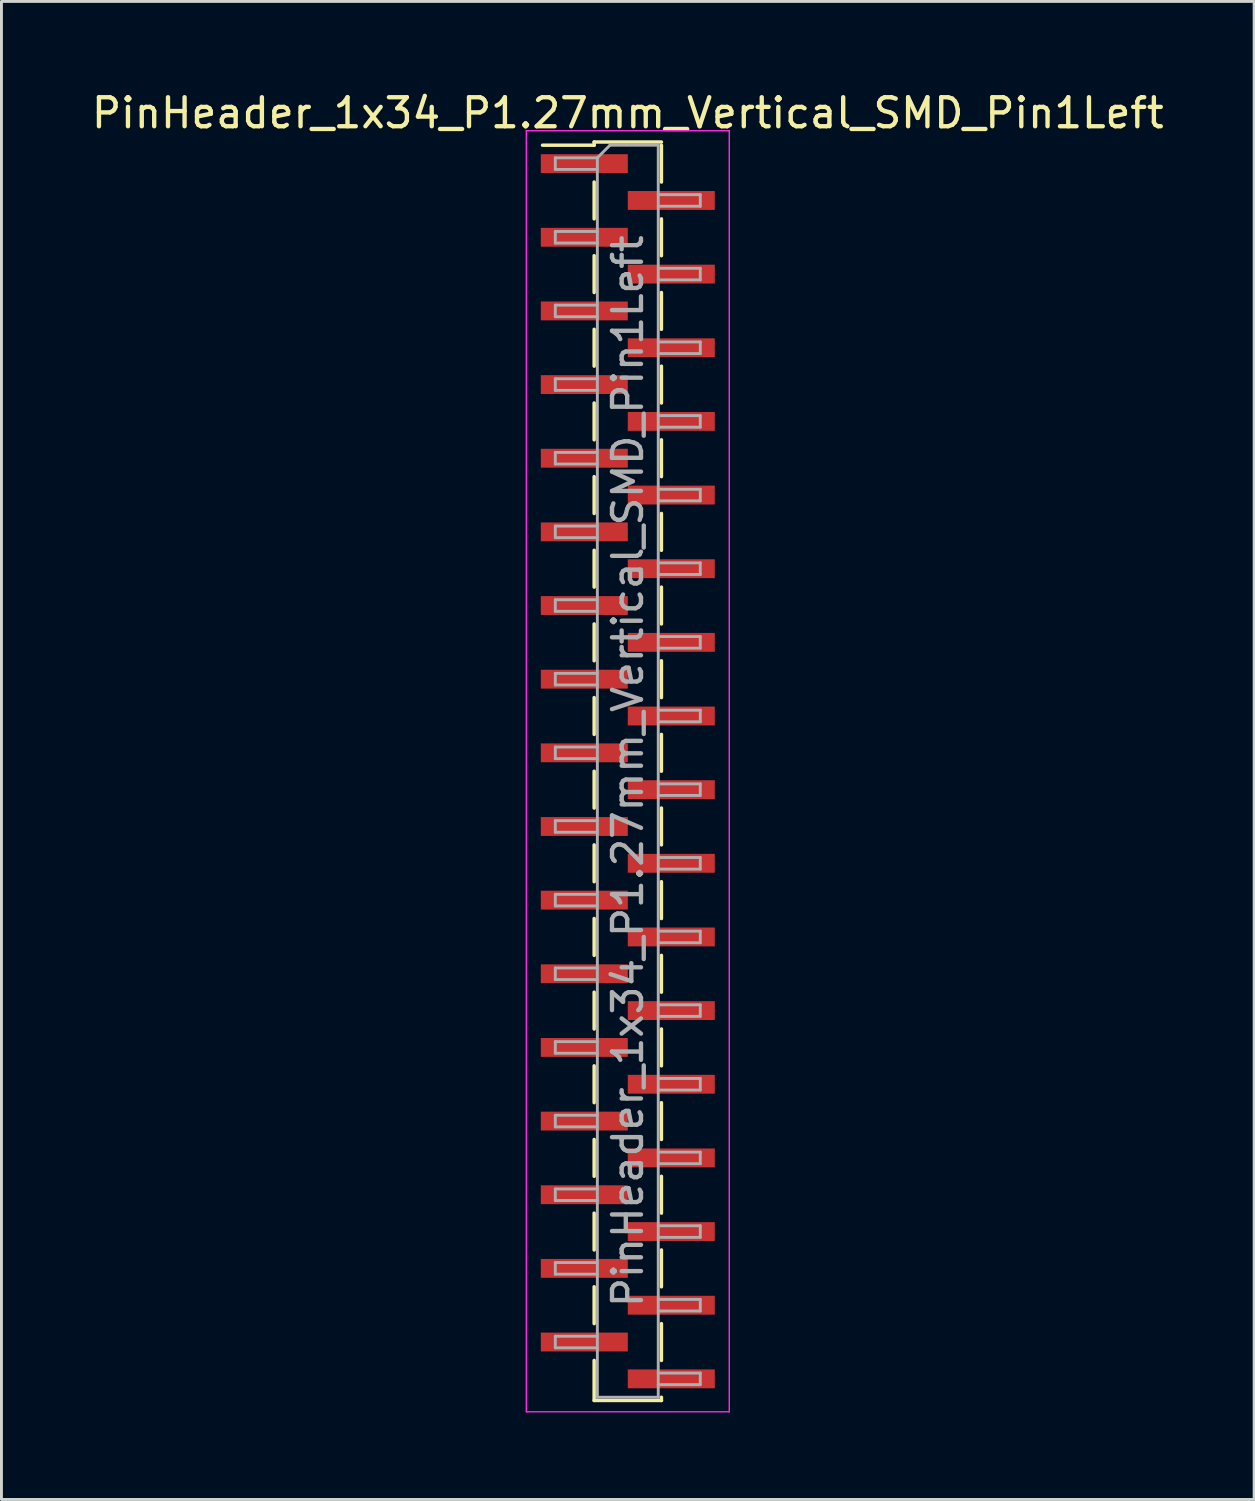
<source format=kicad_pcb>
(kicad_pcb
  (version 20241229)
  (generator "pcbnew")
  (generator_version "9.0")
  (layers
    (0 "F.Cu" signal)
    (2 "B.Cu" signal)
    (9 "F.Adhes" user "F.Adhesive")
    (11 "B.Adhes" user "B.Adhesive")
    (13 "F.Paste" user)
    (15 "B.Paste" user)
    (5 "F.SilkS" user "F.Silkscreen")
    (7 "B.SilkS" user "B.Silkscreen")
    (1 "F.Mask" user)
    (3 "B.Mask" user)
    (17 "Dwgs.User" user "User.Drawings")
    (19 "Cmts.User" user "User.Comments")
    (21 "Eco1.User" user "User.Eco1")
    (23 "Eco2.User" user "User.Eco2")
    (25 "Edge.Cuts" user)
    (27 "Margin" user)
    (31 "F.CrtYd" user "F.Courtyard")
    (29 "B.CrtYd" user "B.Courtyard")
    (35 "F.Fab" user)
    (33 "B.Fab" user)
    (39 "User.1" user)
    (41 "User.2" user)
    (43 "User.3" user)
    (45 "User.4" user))
  (footprint "PinHeader_1x34_P1.27mm_Vertical_SMD_Pin1Left"
    (layer "F.Cu")
    (at 18.601 23.548)
    (property "Reference" "PinHeader_1x34_P1.27mm_Vertical_SMD_Pin1Left" (at 0 -22.7 0) (layer "F.SilkS") (effects (font (size 1 1) (thickness 0.15))))
    (attr smd)
    (fp_line (start -1.16 -21.7) (end -1.16 -21.59) (stroke (width 0.12) (type solid)) (layer "F.SilkS"))
    (fp_line (start -1.16 -21.7) (end 1.16 -21.7) (stroke (width 0.12) (type solid)) (layer "F.SilkS"))
    (fp_line (start -1.16 -21.59) (end -2.94 -21.59) (stroke (width 0.12) (type solid)) (layer "F.SilkS"))
    (fp_line (start -1.16 -20.32) (end -1.16 -19.05) (stroke (width 0.12) (type solid)) (layer "F.SilkS"))
    (fp_line (start -1.16 -17.78) (end -1.16 -16.51) (stroke (width 0.12) (type solid)) (layer "F.SilkS"))
    (fp_line (start -1.16 -15.24) (end -1.16 -13.97) (stroke (width 0.12) (type solid)) (layer "F.SilkS"))
    (fp_line (start -1.16 -12.7) (end -1.16 -11.43) (stroke (width 0.12) (type solid)) (layer "F.SilkS"))
    (fp_line (start -1.16 -10.16) (end -1.16 -8.89) (stroke (width 0.12) (type solid)) (layer "F.SilkS"))
    (fp_line (start -1.16 -7.62) (end -1.16 -6.35) (stroke (width 0.12) (type solid)) (layer "F.SilkS"))
    (fp_line (start -1.16 -5.08) (end -1.16 -3.81) (stroke (width 0.12) (type solid)) (layer "F.SilkS"))
    (fp_line (start -1.16 -2.54) (end -1.16 -1.27) (stroke (width 0.12) (type solid)) (layer "F.SilkS"))
    (fp_line (start -1.16 0) (end -1.16 1.27) (stroke (width 0.12) (type solid)) (layer "F.SilkS"))
    (fp_line (start -1.16 2.54) (end -1.16 3.81) (stroke (width 0.12) (type solid)) (layer "F.SilkS"))
    (fp_line (start -1.16 5.08) (end -1.16 6.35) (stroke (width 0.12) (type solid)) (layer "F.SilkS"))
    (fp_line (start -1.16 7.62) (end -1.16 8.89) (stroke (width 0.12) (type solid)) (layer "F.SilkS"))
    (fp_line (start -1.16 10.16) (end -1.16 11.43) (stroke (width 0.12) (type solid)) (layer "F.SilkS"))
    (fp_line (start -1.16 12.7) (end -1.16 13.97) (stroke (width 0.12) (type solid)) (layer "F.SilkS"))
    (fp_line (start -1.16 15.24) (end -1.16 16.51) (stroke (width 0.12) (type solid)) (layer "F.SilkS"))
    (fp_line (start -1.16 17.78) (end -1.16 19.05) (stroke (width 0.12) (type solid)) (layer "F.SilkS"))
    (fp_line (start -1.16 20.32) (end -1.16 21.7) (stroke (width 0.12) (type solid)) (layer "F.SilkS"))
    (fp_line (start -1.16 21.7) (end 1.16 21.7) (stroke (width 0.12) (type solid)) (layer "F.SilkS"))
    (fp_line (start 1.16 -21.59) (end 1.16 -20.32) (stroke (width 0.12) (type solid)) (layer "F.SilkS"))
    (fp_line (start 1.16 -19.05) (end 1.16 -17.78) (stroke (width 0.12) (type solid)) (layer "F.SilkS"))
    (fp_line (start 1.16 -16.51) (end 1.16 -15.24) (stroke (width 0.12) (type solid)) (layer "F.SilkS"))
    (fp_line (start 1.16 -13.97) (end 1.16 -12.7) (stroke (width 0.12) (type solid)) (layer "F.SilkS"))
    (fp_line (start 1.16 -11.43) (end 1.16 -10.16) (stroke (width 0.12) (type solid)) (layer "F.SilkS"))
    (fp_line (start 1.16 -8.89) (end 1.16 -7.62) (stroke (width 0.12) (type solid)) (layer "F.SilkS"))
    (fp_line (start 1.16 -6.35) (end 1.16 -5.08) (stroke (width 0.12) (type solid)) (layer "F.SilkS"))
    (fp_line (start 1.16 -3.81) (end 1.16 -2.54) (stroke (width 0.12) (type solid)) (layer "F.SilkS"))
    (fp_line (start 1.16 -1.27) (end 1.16 0) (stroke (width 0.12) (type solid)) (layer "F.SilkS"))
    (fp_line (start 1.16 1.27) (end 1.16 2.54) (stroke (width 0.12) (type solid)) (layer "F.SilkS"))
    (fp_line (start 1.16 3.81) (end 1.16 5.08) (stroke (width 0.12) (type solid)) (layer "F.SilkS"))
    (fp_line (start 1.16 6.35) (end 1.16 7.62) (stroke (width 0.12) (type solid)) (layer "F.SilkS"))
    (fp_line (start 1.16 8.89) (end 1.16 10.16) (stroke (width 0.12) (type solid)) (layer "F.SilkS"))
    (fp_line (start 1.16 11.43) (end 1.16 12.7) (stroke (width 0.12) (type solid)) (layer "F.SilkS"))
    (fp_line (start 1.16 13.97) (end 1.16 15.24) (stroke (width 0.12) (type solid)) (layer "F.SilkS"))
    (fp_line (start 1.16 16.51) (end 1.16 17.78) (stroke (width 0.12) (type solid)) (layer "F.SilkS"))
    (fp_line (start 1.16 19.05) (end 1.16 20.32) (stroke (width 0.12) (type solid)) (layer "F.SilkS"))
    (fp_line (start 1.16 21.59) (end 1.16 21.7) (stroke (width 0.12) (type solid)) (layer "F.SilkS"))
    (fp_line (start -3.5 -22.09) (end -3.5 22.09) (stroke (width 0.05) (type solid)) (layer "F.CrtYd"))
    (fp_line (start -3.5 22.09) (end 3.5 22.09) (stroke (width 0.05) (type solid)) (layer "F.CrtYd"))
    (fp_line (start 3.5 -22.09) (end -3.5 -22.09) (stroke (width 0.05) (type solid)) (layer "F.CrtYd"))
    (fp_line (start 3.5 22.09) (end 3.5 -22.09) (stroke (width 0.05) (type solid)) (layer "F.CrtYd"))
    (fp_line (start -2.5 -21.155) (end -2.5 -20.755) (stroke (width 0.1) (type solid)) (layer "F.Fab"))
    (fp_line (start -2.5 -20.755) (end -1.05 -20.755) (stroke (width 0.1) (type solid)) (layer "F.Fab"))
    (fp_line (start -2.5 -18.615) (end -2.5 -18.215) (stroke (width 0.1) (type solid)) (layer "F.Fab"))
    (fp_line (start -2.5 -18.215) (end -1.05 -18.215) (stroke (width 0.1) (type solid)) (layer "F.Fab"))
    (fp_line (start -2.5 -16.075) (end -2.5 -15.675) (stroke (width 0.1) (type solid)) (layer "F.Fab"))
    (fp_line (start -2.5 -15.675) (end -1.05 -15.675) (stroke (width 0.1) (type solid)) (layer "F.Fab"))
    (fp_line (start -2.5 -13.535) (end -2.5 -13.135) (stroke (width 0.1) (type solid)) (layer "F.Fab"))
    (fp_line (start -2.5 -13.135) (end -1.05 -13.135) (stroke (width 0.1) (type solid)) (layer "F.Fab"))
    (fp_line (start -2.5 -10.995) (end -2.5 -10.595) (stroke (width 0.1) (type solid)) (layer "F.Fab"))
    (fp_line (start -2.5 -10.595) (end -1.05 -10.595) (stroke (width 0.1) (type solid)) (layer "F.Fab"))
    (fp_line (start -2.5 -8.455) (end -2.5 -8.055) (stroke (width 0.1) (type solid)) (layer "F.Fab"))
    (fp_line (start -2.5 -8.055) (end -1.05 -8.055) (stroke (width 0.1) (type solid)) (layer "F.Fab"))
    (fp_line (start -2.5 -5.915) (end -2.5 -5.515) (stroke (width 0.1) (type solid)) (layer "F.Fab"))
    (fp_line (start -2.5 -5.515) (end -1.05 -5.515) (stroke (width 0.1) (type solid)) (layer "F.Fab"))
    (fp_line (start -2.5 -3.375) (end -2.5 -2.975) (stroke (width 0.1) (type solid)) (layer "F.Fab"))
    (fp_line (start -2.5 -2.975) (end -1.05 -2.975) (stroke (width 0.1) (type solid)) (layer "F.Fab"))
    (fp_line (start -2.5 -0.835) (end -2.5 -0.435) (stroke (width 0.1) (type solid)) (layer "F.Fab"))
    (fp_line (start -2.5 -0.435) (end -1.05 -0.435) (stroke (width 0.1) (type solid)) (layer "F.Fab"))
    (fp_line (start -2.5 1.705) (end -2.5 2.105) (stroke (width 0.1) (type solid)) (layer "F.Fab"))
    (fp_line (start -2.5 2.105) (end -1.05 2.105) (stroke (width 0.1) (type solid)) (layer "F.Fab"))
    (fp_line (start -2.5 4.245) (end -2.5 4.645) (stroke (width 0.1) (type solid)) (layer "F.Fab"))
    (fp_line (start -2.5 4.645) (end -1.05 4.645) (stroke (width 0.1) (type solid)) (layer "F.Fab"))
    (fp_line (start -2.5 6.785) (end -2.5 7.185) (stroke (width 0.1) (type solid)) (layer "F.Fab"))
    (fp_line (start -2.5 7.185) (end -1.05 7.185) (stroke (width 0.1) (type solid)) (layer "F.Fab"))
    (fp_line (start -2.5 9.325) (end -2.5 9.725) (stroke (width 0.1) (type solid)) (layer "F.Fab"))
    (fp_line (start -2.5 9.725) (end -1.05 9.725) (stroke (width 0.1) (type solid)) (layer "F.Fab"))
    (fp_line (start -2.5 11.865) (end -2.5 12.265) (stroke (width 0.1) (type solid)) (layer "F.Fab"))
    (fp_line (start -2.5 12.265) (end -1.05 12.265) (stroke (width 0.1) (type solid)) (layer "F.Fab"))
    (fp_line (start -2.5 14.405) (end -2.5 14.805) (stroke (width 0.1) (type solid)) (layer "F.Fab"))
    (fp_line (start -2.5 14.805) (end -1.05 14.805) (stroke (width 0.1) (type solid)) (layer "F.Fab"))
    (fp_line (start -2.5 16.945) (end -2.5 17.345) (stroke (width 0.1) (type solid)) (layer "F.Fab"))
    (fp_line (start -2.5 17.345) (end -1.05 17.345) (stroke (width 0.1) (type solid)) (layer "F.Fab"))
    (fp_line (start -2.5 19.485) (end -2.5 19.885) (stroke (width 0.1) (type solid)) (layer "F.Fab"))
    (fp_line (start -2.5 19.885) (end -1.05 19.885) (stroke (width 0.1) (type solid)) (layer "F.Fab"))
    (fp_line (start -1.05 -21.155) (end -2.5 -21.155) (stroke (width 0.1) (type solid)) (layer "F.Fab"))
    (fp_line (start -1.05 -21.155) (end -0.615 -21.59) (stroke (width 0.1) (type solid)) (layer "F.Fab"))
    (fp_line (start -1.05 -18.615) (end -2.5 -18.615) (stroke (width 0.1) (type solid)) (layer "F.Fab"))
    (fp_line (start -1.05 -16.075) (end -2.5 -16.075) (stroke (width 0.1) (type solid)) (layer "F.Fab"))
    (fp_line (start -1.05 -13.535) (end -2.5 -13.535) (stroke (width 0.1) (type solid)) (layer "F.Fab"))
    (fp_line (start -1.05 -10.995) (end -2.5 -10.995) (stroke (width 0.1) (type solid)) (layer "F.Fab"))
    (fp_line (start -1.05 -8.455) (end -2.5 -8.455) (stroke (width 0.1) (type solid)) (layer "F.Fab"))
    (fp_line (start -1.05 -5.915) (end -2.5 -5.915) (stroke (width 0.1) (type solid)) (layer "F.Fab"))
    (fp_line (start -1.05 -3.375) (end -2.5 -3.375) (stroke (width 0.1) (type solid)) (layer "F.Fab"))
    (fp_line (start -1.05 -0.835) (end -2.5 -0.835) (stroke (width 0.1) (type solid)) (layer "F.Fab"))
    (fp_line (start -1.05 1.705) (end -2.5 1.705) (stroke (width 0.1) (type solid)) (layer "F.Fab"))
    (fp_line (start -1.05 4.245) (end -2.5 4.245) (stroke (width 0.1) (type solid)) (layer "F.Fab"))
    (fp_line (start -1.05 6.785) (end -2.5 6.785) (stroke (width 0.1) (type solid)) (layer "F.Fab"))
    (fp_line (start -1.05 9.325) (end -2.5 9.325) (stroke (width 0.1) (type solid)) (layer "F.Fab"))
    (fp_line (start -1.05 11.865) (end -2.5 11.865) (stroke (width 0.1) (type solid)) (layer "F.Fab"))
    (fp_line (start -1.05 14.405) (end -2.5 14.405) (stroke (width 0.1) (type solid)) (layer "F.Fab"))
    (fp_line (start -1.05 16.945) (end -2.5 16.945) (stroke (width 0.1) (type solid)) (layer "F.Fab"))
    (fp_line (start -1.05 19.485) (end -2.5 19.485) (stroke (width 0.1) (type solid)) (layer "F.Fab"))
    (fp_line (start -1.05 21.59) (end -1.05 -21.155) (stroke (width 0.1) (type solid)) (layer "F.Fab"))
    (fp_line (start -0.615 -21.59) (end 1.05 -21.59) (stroke (width 0.1) (type solid)) (layer "F.Fab"))
    (fp_line (start 1.05 -21.59) (end 1.05 21.59) (stroke (width 0.1) (type solid)) (layer "F.Fab"))
    (fp_line (start 1.05 -19.885) (end 2.5 -19.885) (stroke (width 0.1) (type solid)) (layer "F.Fab"))
    (fp_line (start 1.05 -17.345) (end 2.5 -17.345) (stroke (width 0.1) (type solid)) (layer "F.Fab"))
    (fp_line (start 1.05 -14.805) (end 2.5 -14.805) (stroke (width 0.1) (type solid)) (layer "F.Fab"))
    (fp_line (start 1.05 -12.265) (end 2.5 -12.265) (stroke (width 0.1) (type solid)) (layer "F.Fab"))
    (fp_line (start 1.05 -9.725) (end 2.5 -9.725) (stroke (width 0.1) (type solid)) (layer "F.Fab"))
    (fp_line (start 1.05 -7.185) (end 2.5 -7.185) (stroke (width 0.1) (type solid)) (layer "F.Fab"))
    (fp_line (start 1.05 -4.645) (end 2.5 -4.645) (stroke (width 0.1) (type solid)) (layer "F.Fab"))
    (fp_line (start 1.05 -2.105) (end 2.5 -2.105) (stroke (width 0.1) (type solid)) (layer "F.Fab"))
    (fp_line (start 1.05 0.435) (end 2.5 0.435) (stroke (width 0.1) (type solid)) (layer "F.Fab"))
    (fp_line (start 1.05 2.975) (end 2.5 2.975) (stroke (width 0.1) (type solid)) (layer "F.Fab"))
    (fp_line (start 1.05 5.515) (end 2.5 5.515) (stroke (width 0.1) (type solid)) (layer "F.Fab"))
    (fp_line (start 1.05 8.055) (end 2.5 8.055) (stroke (width 0.1) (type solid)) (layer "F.Fab"))
    (fp_line (start 1.05 10.595) (end 2.5 10.595) (stroke (width 0.1) (type solid)) (layer "F.Fab"))
    (fp_line (start 1.05 13.135) (end 2.5 13.135) (stroke (width 0.1) (type solid)) (layer "F.Fab"))
    (fp_line (start 1.05 15.675) (end 2.5 15.675) (stroke (width 0.1) (type solid)) (layer "F.Fab"))
    (fp_line (start 1.05 18.215) (end 2.5 18.215) (stroke (width 0.1) (type solid)) (layer "F.Fab"))
    (fp_line (start 1.05 20.755) (end 2.5 20.755) (stroke (width 0.1) (type solid)) (layer "F.Fab"))
    (fp_line (start 1.05 21.59) (end -1.05 21.59) (stroke (width 0.1) (type solid)) (layer "F.Fab"))
    (fp_line (start 2.5 -19.885) (end 2.5 -19.485) (stroke (width 0.1) (type solid)) (layer "F.Fab"))
    (fp_line (start 2.5 -19.485) (end 1.05 -19.485) (stroke (width 0.1) (type solid)) (layer "F.Fab"))
    (fp_line (start 2.5 -17.345) (end 2.5 -16.945) (stroke (width 0.1) (type solid)) (layer "F.Fab"))
    (fp_line (start 2.5 -16.945) (end 1.05 -16.945) (stroke (width 0.1) (type solid)) (layer "F.Fab"))
    (fp_line (start 2.5 -14.805) (end 2.5 -14.405) (stroke (width 0.1) (type solid)) (layer "F.Fab"))
    (fp_line (start 2.5 -14.405) (end 1.05 -14.405) (stroke (width 0.1) (type solid)) (layer "F.Fab"))
    (fp_line (start 2.5 -12.265) (end 2.5 -11.865) (stroke (width 0.1) (type solid)) (layer "F.Fab"))
    (fp_line (start 2.5 -11.865) (end 1.05 -11.865) (stroke (width 0.1) (type solid)) (layer "F.Fab"))
    (fp_line (start 2.5 -9.725) (end 2.5 -9.325) (stroke (width 0.1) (type solid)) (layer "F.Fab"))
    (fp_line (start 2.5 -9.325) (end 1.05 -9.325) (stroke (width 0.1) (type solid)) (layer "F.Fab"))
    (fp_line (start 2.5 -7.185) (end 2.5 -6.785) (stroke (width 0.1) (type solid)) (layer "F.Fab"))
    (fp_line (start 2.5 -6.785) (end 1.05 -6.785) (stroke (width 0.1) (type solid)) (layer "F.Fab"))
    (fp_line (start 2.5 -4.645) (end 2.5 -4.245) (stroke (width 0.1) (type solid)) (layer "F.Fab"))
    (fp_line (start 2.5 -4.245) (end 1.05 -4.245) (stroke (width 0.1) (type solid)) (layer "F.Fab"))
    (fp_line (start 2.5 -2.105) (end 2.5 -1.705) (stroke (width 0.1) (type solid)) (layer "F.Fab"))
    (fp_line (start 2.5 -1.705) (end 1.05 -1.705) (stroke (width 0.1) (type solid)) (layer "F.Fab"))
    (fp_line (start 2.5 0.435) (end 2.5 0.835) (stroke (width 0.1) (type solid)) (layer "F.Fab"))
    (fp_line (start 2.5 0.835) (end 1.05 0.835) (stroke (width 0.1) (type solid)) (layer "F.Fab"))
    (fp_line (start 2.5 2.975) (end 2.5 3.375) (stroke (width 0.1) (type solid)) (layer "F.Fab"))
    (fp_line (start 2.5 3.375) (end 1.05 3.375) (stroke (width 0.1) (type solid)) (layer "F.Fab"))
    (fp_line (start 2.5 5.515) (end 2.5 5.915) (stroke (width 0.1) (type solid)) (layer "F.Fab"))
    (fp_line (start 2.5 5.915) (end 1.05 5.915) (stroke (width 0.1) (type solid)) (layer "F.Fab"))
    (fp_line (start 2.5 8.055) (end 2.5 8.455) (stroke (width 0.1) (type solid)) (layer "F.Fab"))
    (fp_line (start 2.5 8.455) (end 1.05 8.455) (stroke (width 0.1) (type solid)) (layer "F.Fab"))
    (fp_line (start 2.5 10.595) (end 2.5 10.995) (stroke (width 0.1) (type solid)) (layer "F.Fab"))
    (fp_line (start 2.5 10.995) (end 1.05 10.995) (stroke (width 0.1) (type solid)) (layer "F.Fab"))
    (fp_line (start 2.5 13.135) (end 2.5 13.535) (stroke (width 0.1) (type solid)) (layer "F.Fab"))
    (fp_line (start 2.5 13.535) (end 1.05 13.535) (stroke (width 0.1) (type solid)) (layer "F.Fab"))
    (fp_line (start 2.5 15.675) (end 2.5 16.075) (stroke (width 0.1) (type solid)) (layer "F.Fab"))
    (fp_line (start 2.5 16.075) (end 1.05 16.075) (stroke (width 0.1) (type solid)) (layer "F.Fab"))
    (fp_line (start 2.5 18.215) (end 2.5 18.615) (stroke (width 0.1) (type solid)) (layer "F.Fab"))
    (fp_line (start 2.5 18.615) (end 1.05 18.615) (stroke (width 0.1) (type solid)) (layer "F.Fab"))
    (fp_line (start 2.5 20.755) (end 2.5 21.155) (stroke (width 0.1) (type solid)) (layer "F.Fab"))
    (fp_line (start 2.5 21.155) (end 1.05 21.155) (stroke (width 0.1) (type solid)) (layer "F.Fab"))
    (fp_text user "${REFERENCE}" (at 0 0 90) (layer "F.Fab") (effects (font (size 1 1) (thickness 0.15))))
    (pad "1" smd rect (at -1.5 -20.955) (size 3 0.65) (layers "F.Cu" "F.Mask" "F.Paste"))
    (pad "2" smd rect (at 1.5 -19.685) (size 3 0.65) (layers "F.Cu" "F.Mask" "F.Paste"))
    (pad "3" smd rect (at -1.5 -18.415) (size 3 0.65) (layers "F.Cu" "F.Mask" "F.Paste"))
    (pad "4" smd rect (at 1.5 -17.145) (size 3 0.65) (layers "F.Cu" "F.Mask" "F.Paste"))
    (pad "5" smd rect (at -1.5 -15.875) (size 3 0.65) (layers "F.Cu" "F.Mask" "F.Paste"))
    (pad "6" smd rect (at 1.5 -14.605) (size 3 0.65) (layers "F.Cu" "F.Mask" "F.Paste"))
    (pad "7" smd rect (at -1.5 -13.335) (size 3 0.65) (layers "F.Cu" "F.Mask" "F.Paste"))
    (pad "8" smd rect (at 1.5 -12.065) (size 3 0.65) (layers "F.Cu" "F.Mask" "F.Paste"))
    (pad "9" smd rect (at -1.5 -10.795) (size 3 0.65) (layers "F.Cu" "F.Mask" "F.Paste"))
    (pad "10" smd rect (at 1.5 -9.525) (size 3 0.65) (layers "F.Cu" "F.Mask" "F.Paste"))
    (pad "11" smd rect (at -1.5 -8.255) (size 3 0.65) (layers "F.Cu" "F.Mask" "F.Paste"))
    (pad "12" smd rect (at 1.5 -6.985) (size 3 0.65) (layers "F.Cu" "F.Mask" "F.Paste"))
    (pad "13" smd rect (at -1.5 -5.715) (size 3 0.65) (layers "F.Cu" "F.Mask" "F.Paste"))
    (pad "14" smd rect (at 1.5 -4.445) (size 3 0.65) (layers "F.Cu" "F.Mask" "F.Paste"))
    (pad "15" smd rect (at -1.5 -3.175) (size 3 0.65) (layers "F.Cu" "F.Mask" "F.Paste"))
    (pad "16" smd rect (at 1.5 -1.905) (size 3 0.65) (layers "F.Cu" "F.Mask" "F.Paste"))
    (pad "17" smd rect (at -1.5 -0.635) (size 3 0.65) (layers "F.Cu" "F.Mask" "F.Paste"))
    (pad "18" smd rect (at 1.5 0.635) (size 3 0.65) (layers "F.Cu" "F.Mask" "F.Paste"))
    (pad "19" smd rect (at -1.5 1.905) (size 3 0.65) (layers "F.Cu" "F.Mask" "F.Paste"))
    (pad "20" smd rect (at 1.5 3.175) (size 3 0.65) (layers "F.Cu" "F.Mask" "F.Paste"))
    (pad "21" smd rect (at -1.5 4.445) (size 3 0.65) (layers "F.Cu" "F.Mask" "F.Paste"))
    (pad "22" smd rect (at 1.5 5.715) (size 3 0.65) (layers "F.Cu" "F.Mask" "F.Paste"))
    (pad "23" smd rect (at -1.5 6.985) (size 3 0.65) (layers "F.Cu" "F.Mask" "F.Paste"))
    (pad "24" smd rect (at 1.5 8.255) (size 3 0.65) (layers "F.Cu" "F.Mask" "F.Paste"))
    (pad "25" smd rect (at -1.5 9.525) (size 3 0.65) (layers "F.Cu" "F.Mask" "F.Paste"))
    (pad "26" smd rect (at 1.5 10.795) (size 3 0.65) (layers "F.Cu" "F.Mask" "F.Paste"))
    (pad "27" smd rect (at -1.5 12.065) (size 3 0.65) (layers "F.Cu" "F.Mask" "F.Paste"))
    (pad "28" smd rect (at 1.5 13.335) (size 3 0.65) (layers "F.Cu" "F.Mask" "F.Paste"))
    (pad "29" smd rect (at -1.5 14.605) (size 3 0.65) (layers "F.Cu" "F.Mask" "F.Paste"))
    (pad "30" smd rect (at 1.5 15.875) (size 3 0.65) (layers "F.Cu" "F.Mask" "F.Paste"))
    (pad "31" smd rect (at -1.5 17.145) (size 3 0.65) (layers "F.Cu" "F.Mask" "F.Paste"))
    (pad "32" smd rect (at 1.5 18.415) (size 3 0.65) (layers "F.Cu" "F.Mask" "F.Paste"))
    (pad "33" smd rect (at -1.5 19.685) (size 3 0.65) (layers "F.Cu" "F.Mask" "F.Paste"))
    (pad "34" smd rect (at 1.5 20.955) (size 3 0.65) (layers "F.Cu" "F.Mask" "F.Paste")))
  (gr_rect
    (start -3 -3)
    (end 40.202 48.663)
    (stroke (width 0.1) (type default))
    (fill no)
    (layer "Edge.Cuts")))
</source>
